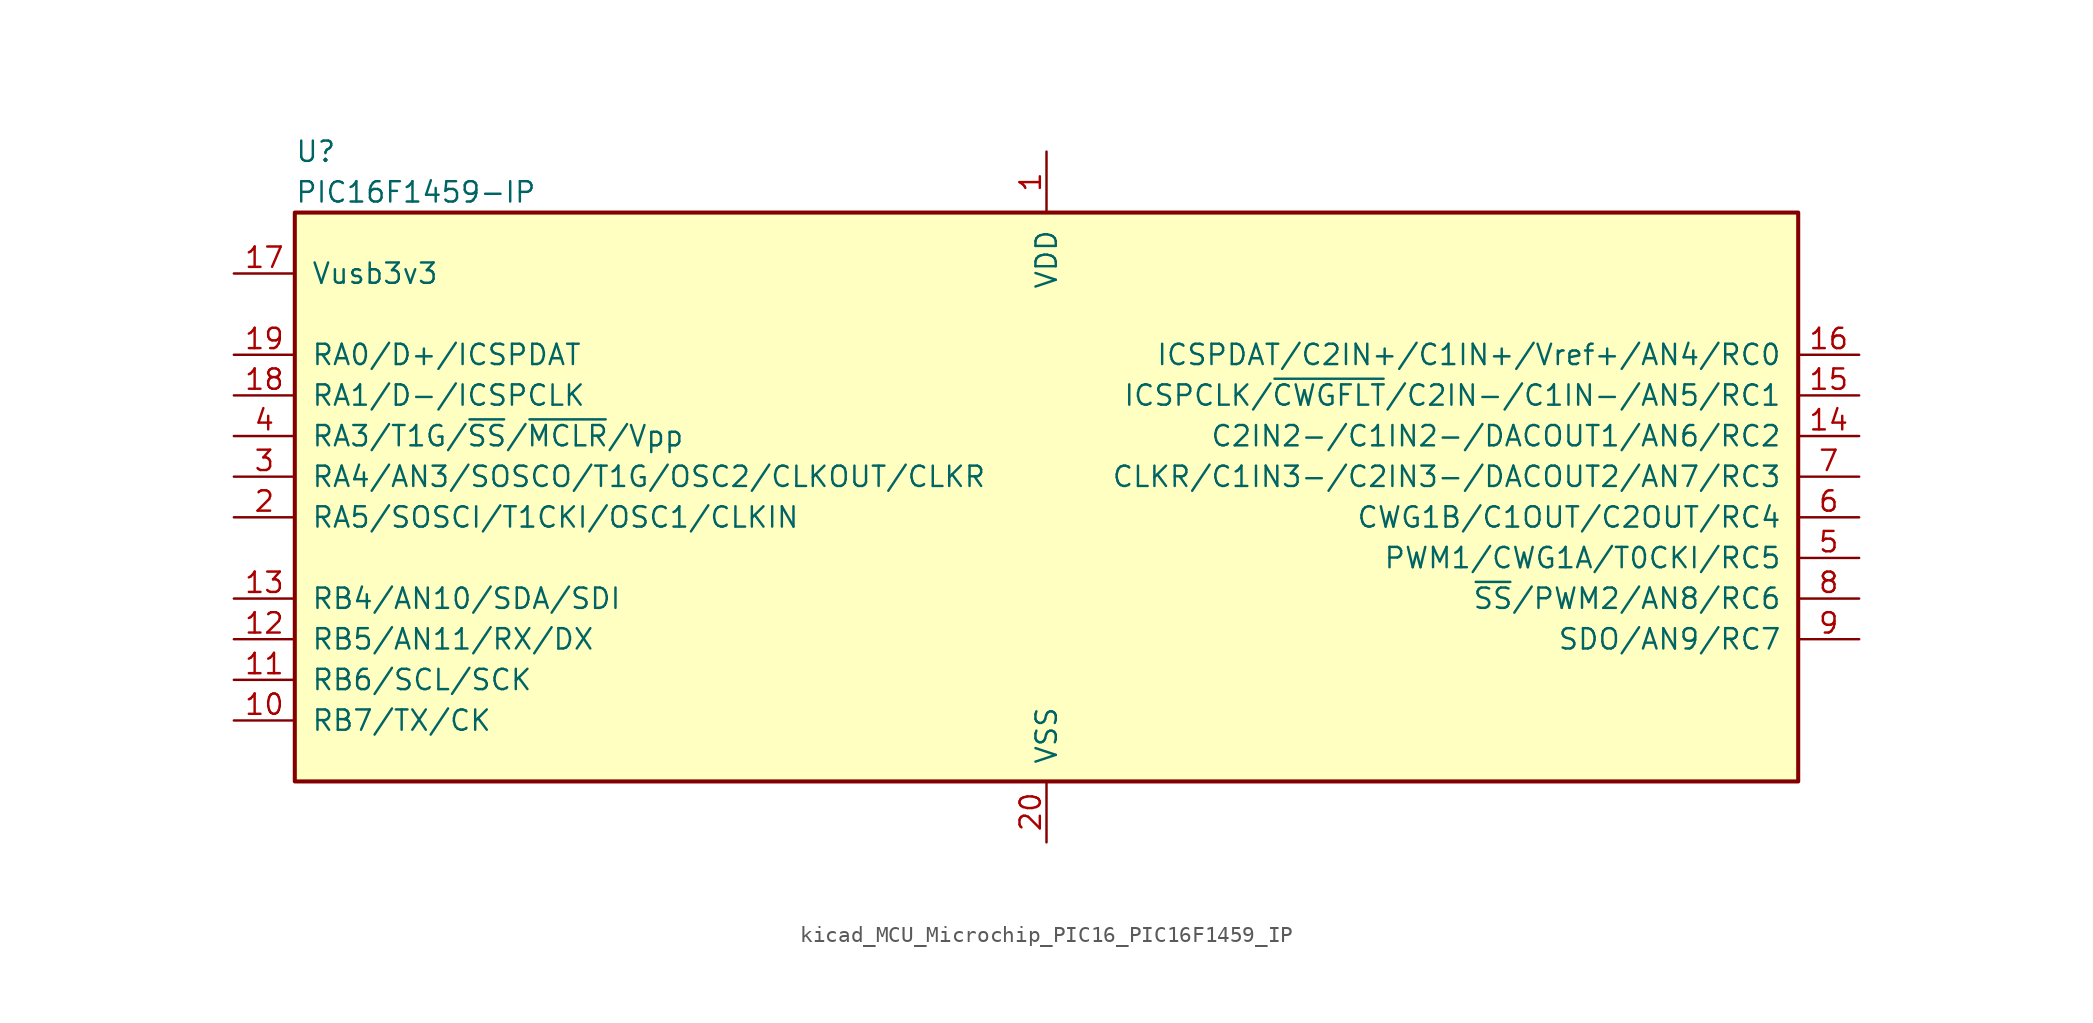
<source format=kicad_sym>
(kicad_symbol_lib
  (version 20220914)
  (generator kicad_symbol_editor)
  (symbol "kicad_MCU_Microchip_PIC16_PIC16F1459_IP"
    (pin_names
      (offset 1.016))
    (property "Reference" "U"
      (at -46.99 17.78 0)
      (effects (font (size 1.27 1.27)) (justify left)))
    (property "Value" "PIC16F1459-IP"
      (at -46.99 15.24 0)
      (effects (font (size 1.27 1.27)) (justify left)))
    (symbol "kicad_MCU_Microchip_PIC16_PIC16F1459_IP_0_1"
      (rectangle (start -46.99 13.97) (end 46.99 -21.59) (stroke (width 0.254) (type default)) (fill (type background))))
    (symbol "kicad_MCU_Microchip_PIC16_PIC16F1459_IP_1_1"
      (pin power_in line (at 0 17.78 270) (length 3.81) (name "VDD" (effects (font (size 1.27 1.27)))) (number "1" (effects (font (size 1.27 1.27)))))
      (pin bidirectional line (at -50.8 -17.78 0) (length 3.81) (name "RB7/TX/CK" (effects (font (size 1.27 1.27)))) (number "10" (effects (font (size 1.27 1.27)))))
      (pin bidirectional line (at -50.8 -15.24 0) (length 3.81) (name "RB6/SCL/SCK" (effects (font (size 1.27 1.27)))) (number "11" (effects (font (size 1.27 1.27)))))
      (pin bidirectional line (at -50.8 -12.7 0) (length 3.81) (name "RB5/AN11/RX/DX" (effects (font (size 1.27 1.27)))) (number "12" (effects (font (size 1.27 1.27)))))
      (pin bidirectional line (at -50.8 -10.16 0) (length 3.81) (name "RB4/AN10/SDA/SDI" (effects (font (size 1.27 1.27)))) (number "13" (effects (font (size 1.27 1.27)))))
      (pin bidirectional line (at 50.8 0 180) (length 3.81) (name "C2IN2-/C1IN2-/DACOUT1/AN6/RC2" (effects (font (size 1.27 1.27)))) (number "14" (effects (font (size 1.27 1.27)))))
      (pin bidirectional line (at 50.8 2.54 180) (length 3.81) (name "ICSPCLK/~{CWGFLT}/C2IN-/C1IN-/AN5/RC1" (effects (font (size 1.27 1.27)))) (number "15" (effects (font (size 1.27 1.27)))))
      (pin bidirectional line (at 50.8 5.08 180) (length 3.81) (name "ICSPDAT/C2IN+/C1IN+/Vref+/AN4/RC0" (effects (font (size 1.27 1.27)))) (number "16" (effects (font (size 1.27 1.27)))))
      (pin bidirectional line (at -50.8 10.16 0) (length 3.81) (name "Vusb3v3" (effects (font (size 1.27 1.27)))) (number "17" (effects (font (size 1.27 1.27)))))
      (pin bidirectional line (at -50.8 2.54 0) (length 3.81) (name "RA1/D-/ICSPCLK" (effects (font (size 1.27 1.27)))) (number "18" (effects (font (size 1.27 1.27)))))
      (pin bidirectional line (at -50.8 5.08 0) (length 3.81) (name "RA0/D+/ICSPDAT" (effects (font (size 1.27 1.27)))) (number "19" (effects (font (size 1.27 1.27)))))
      (pin bidirectional line (at -50.8 -5.08 0) (length 3.81) (name "RA5/SOSCI/T1CKI/OSC1/CLKIN" (effects (font (size 1.27 1.27)))) (number "2" (effects (font (size 1.27 1.27)))))
      (pin power_in line (at 0 -25.4 90) (length 3.81) (name "VSS" (effects (font (size 1.27 1.27)))) (number "20" (effects (font (size 1.27 1.27)))))
      (pin bidirectional line (at -50.8 -2.54 0) (length 3.81) (name "RA4/AN3/SOSCO/T1G/OSC2/CLKOUT/CLKR" (effects (font (size 1.27 1.27)))) (number "3" (effects (font (size 1.27 1.27)))))
      (pin input line (at -50.8 0 0) (length 3.81) (name "RA3/T1G/~{SS}/~{MCLR}/Vpp" (effects (font (size 1.27 1.27)))) (number "4" (effects (font (size 1.27 1.27)))))
      (pin bidirectional line (at 50.8 -7.62 180) (length 3.81) (name "PWM1/CWG1A/T0CKI/RC5" (effects (font (size 1.27 1.27)))) (number "5" (effects (font (size 1.27 1.27)))))
      (pin bidirectional line (at 50.8 -5.08 180) (length 3.81) (name "CWG1B/C1OUT/C2OUT/RC4" (effects (font (size 1.27 1.27)))) (number "6" (effects (font (size 1.27 1.27)))))
      (pin bidirectional line (at 50.8 -2.54 180) (length 3.81) (name "CLKR/C1IN3-/C2IN3-/DACOUT2/AN7/RC3" (effects (font (size 1.27 1.27)))) (number "7" (effects (font (size 1.27 1.27)))))
      (pin bidirectional line (at 50.8 -10.16 180) (length 3.81) (name "~{SS}/PWM2/AN8/RC6" (effects (font (size 1.27 1.27)))) (number "8" (effects (font (size 1.27 1.27)))))
      (pin bidirectional line (at 50.8 -12.7 180) (length 3.81) (name "SDO/AN9/RC7" (effects (font (size 1.27 1.27)))) (number "9" (effects (font (size 1.27 1.27))))))))
</source>
